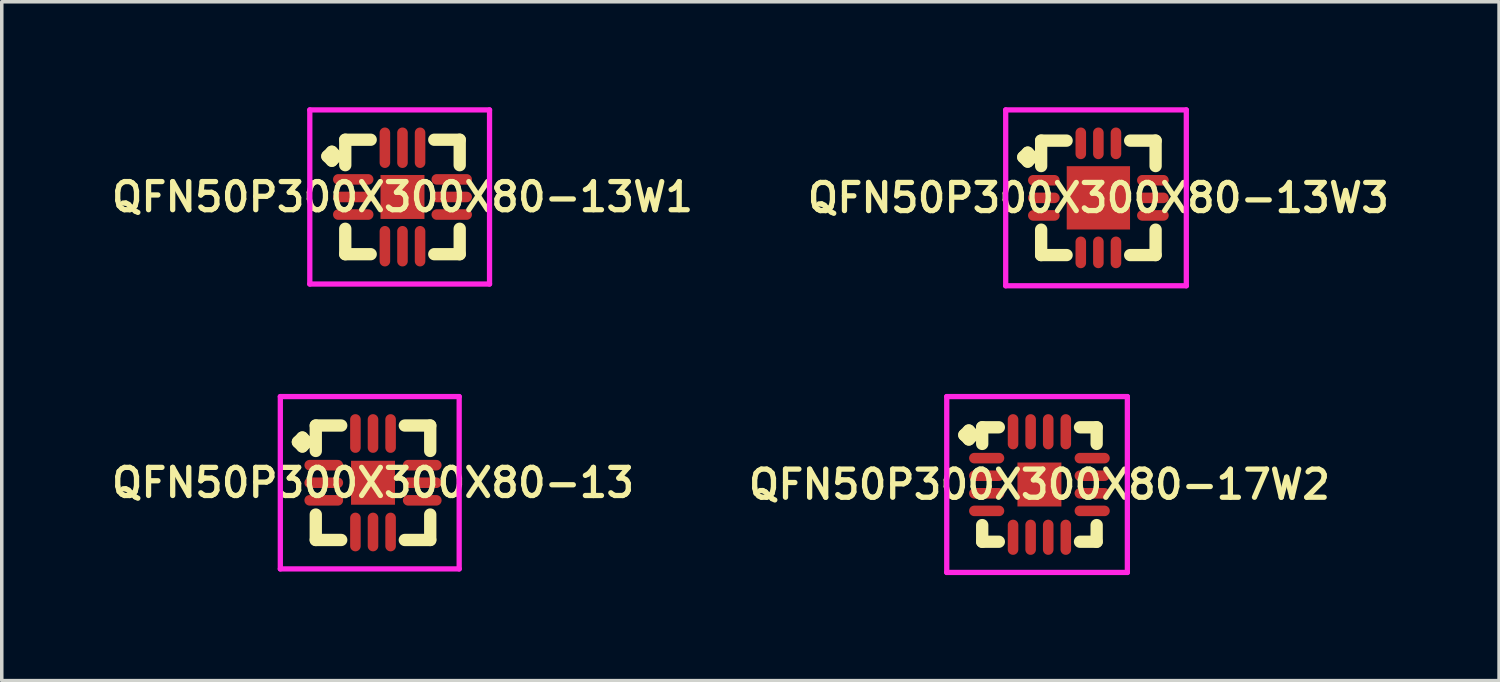
<source format=kicad_pcb>
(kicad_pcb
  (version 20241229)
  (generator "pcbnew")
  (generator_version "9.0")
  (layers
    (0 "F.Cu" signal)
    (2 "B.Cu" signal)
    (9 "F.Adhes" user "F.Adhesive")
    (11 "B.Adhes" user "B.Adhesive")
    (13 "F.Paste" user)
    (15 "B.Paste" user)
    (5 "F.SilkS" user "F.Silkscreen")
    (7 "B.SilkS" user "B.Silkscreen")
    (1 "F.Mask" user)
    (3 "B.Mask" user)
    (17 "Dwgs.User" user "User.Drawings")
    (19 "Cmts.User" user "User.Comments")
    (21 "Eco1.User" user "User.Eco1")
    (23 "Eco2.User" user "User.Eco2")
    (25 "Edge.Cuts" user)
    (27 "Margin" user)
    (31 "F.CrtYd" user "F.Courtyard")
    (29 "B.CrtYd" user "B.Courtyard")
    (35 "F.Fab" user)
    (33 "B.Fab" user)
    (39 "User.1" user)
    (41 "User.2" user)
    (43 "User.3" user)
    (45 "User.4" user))
  (footprint "QFN50P300X300X80-13"
    (layer "F.Cu")
    (at 7.555 10.675)
    (property "Reference" "QFN50P300X300X80-13" (at 0 0 0) (layer "F.SilkS") (effects (font (size 0.8 0.8) (thickness 0.15))))
    (attr smd)
    (fp_line (start -2.135 -1.158) (end -2.008 -1.285) (stroke (width 0.35) (type solid)) (layer "F.SilkS"))
    (fp_line (start -2.008 -1.285) (end -1.881 -1.158) (stroke (width 0.35) (type solid)) (layer "F.SilkS"))
    (fp_line (start -2.008 -1.031) (end -2.135 -1.158) (stroke (width 0.35) (type solid)) (layer "F.SilkS"))
    (fp_line (start -1.881 -1.158) (end -2.008 -1.031) (stroke (width 0.35) (type solid)) (layer "F.SilkS"))
    (fp_line (start -1.627 -1.627) (end -0.904 -1.627) (stroke (width 0.35) (type solid)) (layer "F.SilkS"))
    (fp_line (start -1.627 -0.904) (end -1.627 -1.627) (stroke (width 0.35) (type solid)) (layer "F.SilkS"))
    (fp_line (start -1.627 0.904) (end -1.627 1.627) (stroke (width 0.35) (type solid)) (layer "F.SilkS"))
    (fp_line (start -1.627 1.627) (end -0.904 1.627) (stroke (width 0.35) (type solid)) (layer "F.SilkS"))
    (fp_line (start 0.904 -1.627) (end 1.627 -1.627) (stroke (width 0.35) (type solid)) (layer "F.SilkS"))
    (fp_line (start 0.904 1.627) (end 1.627 1.627) (stroke (width 0.35) (type solid)) (layer "F.SilkS"))
    (fp_line (start 1.627 -1.627) (end 1.627 -0.904) (stroke (width 0.35) (type solid)) (layer "F.SilkS"))
    (fp_line (start 1.627 1.627) (end 1.627 0.904) (stroke (width 0.35) (type solid)) (layer "F.SilkS"))
    (fp_line (start -2.635 -2.45) (end 2.45 -2.45) (stroke (width 0.15) (type solid)) (layer "F.CrtYd"))
    (fp_line (start -2.635 2.45) (end -2.635 -2.45) (stroke (width 0.15) (type solid)) (layer "F.CrtYd"))
    (fp_line (start 2.45 -2.45) (end 2.45 2.45) (stroke (width 0.15) (type solid)) (layer "F.CrtYd"))
    (fp_line (start 2.45 2.45) (end -2.635 2.45) (stroke (width 0.15) (type solid)) (layer "F.CrtYd"))
    (pad "1" smd oval (at -1.4 -0.5) (size 1.1 0.3) (layers "F.Cu" "F.Mask" "F.Paste"))
    (pad "2" smd oval (at -1.4 0) (size 1.1 0.3) (layers "F.Cu" "F.Mask" "F.Paste"))
    (pad "3" smd oval (at -1.4 0.5) (size 1.1 0.3) (layers "F.Cu" "F.Mask" "F.Paste"))
    (pad "4" smd oval (at -0.5 1.4) (size 0.3 1.1) (layers "F.Cu" "F.Mask" "F.Paste"))
    (pad "5" smd oval (at 0 1.4) (size 0.3 1.1) (layers "F.Cu" "F.Mask" "F.Paste"))
    (pad "6" smd oval (at 0.5 1.4) (size 0.3 1.1) (layers "F.Cu" "F.Mask" "F.Paste"))
    (pad "7" smd oval (at 1.4 0.5) (size 1.1 0.3) (layers "F.Cu" "F.Mask" "F.Paste"))
    (pad "8" smd oval (at 1.4 0) (size 1.1 0.3) (layers "F.Cu" "F.Mask" "F.Paste"))
    (pad "9" smd oval (at 1.4 -0.5) (size 1.1 0.3) (layers "F.Cu" "F.Mask" "F.Paste"))
    (pad "10" smd oval (at 0.5 -1.4) (size 0.3 1.1) (layers "F.Cu" "F.Mask" "F.Paste"))
    (pad "11" smd oval (at 0 -1.4) (size 0.3 1.1) (layers "F.Cu" "F.Mask" "F.Paste"))
    (pad "12" smd oval (at -0.5 -1.4) (size 0.3 1.1) (layers "F.Cu" "F.Mask" "F.Paste"))
    (pad "13" smd rect (at 0 0) (size 1.25 1.25) (layers "F.Cu" "F.Mask" "F.Paste")))
  (footprint "QFN50P300X300X80-13W1"
    (layer "F.Cu")
    (at 8.393 2.55)
    (property "Reference" "QFN50P300X300X80-13W1" (at 0 0 0) (layer "F.SilkS") (effects (font (size 0.8 0.8) (thickness 0.15))))
    (attr smd)
    (fp_line (start -2.135 -1.158) (end -2.008 -1.285) (stroke (width 0.35) (type solid)) (layer "F.SilkS"))
    (fp_line (start -2.008 -1.285) (end -1.881 -1.158) (stroke (width 0.35) (type solid)) (layer "F.SilkS"))
    (fp_line (start -2.008 -1.031) (end -2.135 -1.158) (stroke (width 0.35) (type solid)) (layer "F.SilkS"))
    (fp_line (start -1.881 -1.158) (end -2.008 -1.031) (stroke (width 0.35) (type solid)) (layer "F.SilkS"))
    (fp_line (start -1.627 -1.627) (end -0.904 -1.627) (stroke (width 0.35) (type solid)) (layer "F.SilkS"))
    (fp_line (start -1.627 -0.904) (end -1.627 -1.627) (stroke (width 0.35) (type solid)) (layer "F.SilkS"))
    (fp_line (start -1.627 0.904) (end -1.627 1.627) (stroke (width 0.35) (type solid)) (layer "F.SilkS"))
    (fp_line (start -1.627 1.627) (end -0.904 1.627) (stroke (width 0.35) (type solid)) (layer "F.SilkS"))
    (fp_line (start 0.904 -1.627) (end 1.627 -1.627) (stroke (width 0.35) (type solid)) (layer "F.SilkS"))
    (fp_line (start 0.904 1.627) (end 1.627 1.627) (stroke (width 0.35) (type solid)) (layer "F.SilkS"))
    (fp_line (start 1.627 -1.627) (end 1.627 -0.904) (stroke (width 0.35) (type solid)) (layer "F.SilkS"))
    (fp_line (start 1.627 1.627) (end 1.627 0.904) (stroke (width 0.35) (type solid)) (layer "F.SilkS"))
    (fp_line (start -2.635 -2.475) (end 2.475 -2.475) (stroke (width 0.15) (type solid)) (layer "F.CrtYd"))
    (fp_line (start -2.635 2.475) (end -2.635 -2.475) (stroke (width 0.15) (type solid)) (layer "F.CrtYd"))
    (fp_line (start 2.475 -2.475) (end 2.475 2.475) (stroke (width 0.15) (type solid)) (layer "F.CrtYd"))
    (fp_line (start 2.475 2.475) (end -2.635 2.475) (stroke (width 0.15) (type solid)) (layer "F.CrtYd"))
    (pad "1" smd oval (at -1.4 -0.5) (size 1.15 0.3) (layers "F.Cu" "F.Mask" "F.Paste"))
    (pad "2" smd oval (at -1.4 0) (size 1.15 0.3) (layers "F.Cu" "F.Mask" "F.Paste"))
    (pad "3" smd oval (at -1.4 0.5) (size 1.15 0.3) (layers "F.Cu" "F.Mask" "F.Paste"))
    (pad "4" smd oval (at -0.5 1.4) (size 0.3 1.15) (layers "F.Cu" "F.Mask" "F.Paste"))
    (pad "5" smd oval (at 0 1.4) (size 0.3 1.15) (layers "F.Cu" "F.Mask" "F.Paste"))
    (pad "6" smd oval (at 0.5 1.4) (size 0.3 1.15) (layers "F.Cu" "F.Mask" "F.Paste"))
    (pad "7" smd oval (at 1.4 0.5) (size 1.15 0.3) (layers "F.Cu" "F.Mask" "F.Paste"))
    (pad "8" smd oval (at 1.4 0) (size 1.15 0.3) (layers "F.Cu" "F.Mask" "F.Paste"))
    (pad "9" smd oval (at 1.4 -0.5) (size 1.15 0.3) (layers "F.Cu" "F.Mask" "F.Paste"))
    (pad "10" smd oval (at 0.5 -1.4) (size 0.3 1.15) (layers "F.Cu" "F.Mask" "F.Paste"))
    (pad "11" smd oval (at 0 -1.4) (size 0.3 1.15) (layers "F.Cu" "F.Mask" "F.Paste"))
    (pad "12" smd oval (at -0.5 -1.4) (size 0.3 1.15) (layers "F.Cu" "F.Mask" "F.Paste"))
    (pad "13" smd rect (at 0 0) (size 1.25 1.25) (layers "F.Cu" "F.Mask" "F.Paste")))
  (footprint "QFN50P300X300X80-17W2"
    (layer "F.Cu")
    (at 26.502 10.725)
    (property "Reference" "QFN50P300X300X80-17W2" (at 0 0 0) (layer "F.SilkS") (effects (font (size 0.8 0.8) (thickness 0.15))))
    (attr smd)
    (fp_line (start -2.135 -1.408) (end -2.008 -1.535) (stroke (width 0.35) (type solid)) (layer "F.SilkS"))
    (fp_line (start -2.008 -1.535) (end -1.881 -1.408) (stroke (width 0.35) (type solid)) (layer "F.SilkS"))
    (fp_line (start -2.008 -1.281) (end -2.135 -1.408) (stroke (width 0.35) (type solid)) (layer "F.SilkS"))
    (fp_line (start -1.881 -1.408) (end -2.008 -1.281) (stroke (width 0.35) (type solid)) (layer "F.SilkS"))
    (fp_line (start -1.627 -1.627) (end -1.154 -1.627) (stroke (width 0.35) (type solid)) (layer "F.SilkS"))
    (fp_line (start -1.627 -1.154) (end -1.627 -1.627) (stroke (width 0.35) (type solid)) (layer "F.SilkS"))
    (fp_line (start -1.627 1.154) (end -1.627 1.627) (stroke (width 0.35) (type solid)) (layer "F.SilkS"))
    (fp_line (start -1.627 1.627) (end -1.154 1.627) (stroke (width 0.35) (type solid)) (layer "F.SilkS"))
    (fp_line (start 1.154 -1.627) (end 1.627 -1.627) (stroke (width 0.35) (type solid)) (layer "F.SilkS"))
    (fp_line (start 1.154 1.627) (end 1.627 1.627) (stroke (width 0.35) (type solid)) (layer "F.SilkS"))
    (fp_line (start 1.627 -1.627) (end 1.627 -1.154) (stroke (width 0.35) (type solid)) (layer "F.SilkS"))
    (fp_line (start 1.627 1.627) (end 1.627 1.154) (stroke (width 0.35) (type solid)) (layer "F.SilkS"))
    (fp_line (start -2.635 -2.5) (end 2.5 -2.5) (stroke (width 0.15) (type solid)) (layer "F.CrtYd"))
    (fp_line (start -2.635 2.5) (end -2.635 -2.5) (stroke (width 0.15) (type solid)) (layer "F.CrtYd"))
    (fp_line (start 2.5 -2.5) (end 2.5 2.5) (stroke (width 0.15) (type solid)) (layer "F.CrtYd"))
    (fp_line (start 2.5 2.5) (end -2.635 2.5) (stroke (width 0.15) (type solid)) (layer "F.CrtYd"))
    (pad "1" smd oval (at -1.5 -0.75) (size 1 0.3) (layers "F.Cu" "F.Mask" "F.Paste"))
    (pad "2" smd oval (at -1.5 -0.25) (size 1 0.3) (layers "F.Cu" "F.Mask" "F.Paste"))
    (pad "3" smd oval (at -1.5 0.25) (size 1 0.3) (layers "F.Cu" "F.Mask" "F.Paste"))
    (pad "4" smd oval (at -1.5 0.75) (size 1 0.3) (layers "F.Cu" "F.Mask" "F.Paste"))
    (pad "5" smd oval (at -0.75 1.5) (size 0.3 1) (layers "F.Cu" "F.Mask" "F.Paste"))
    (pad "6" smd oval (at -0.25 1.5) (size 0.3 1) (layers "F.Cu" "F.Mask" "F.Paste"))
    (pad "7" smd oval (at 0.25 1.5) (size 0.3 1) (layers "F.Cu" "F.Mask" "F.Paste"))
    (pad "8" smd oval (at 0.75 1.5) (size 0.3 1) (layers "F.Cu" "F.Mask" "F.Paste"))
    (pad "9" smd oval (at 1.5 0.75) (size 1 0.3) (layers "F.Cu" "F.Mask" "F.Paste"))
    (pad "10" smd oval (at 1.5 0.25) (size 1 0.3) (layers "F.Cu" "F.Mask" "F.Paste"))
    (pad "11" smd oval (at 1.5 -0.25) (size 1 0.3) (layers "F.Cu" "F.Mask" "F.Paste"))
    (pad "12" smd oval (at 1.5 -0.75) (size 1 0.3) (layers "F.Cu" "F.Mask" "F.Paste"))
    (pad "13" smd oval (at 0.75 -1.5) (size 0.3 1) (layers "F.Cu" "F.Mask" "F.Paste"))
    (pad "14" smd oval (at 0.25 -1.5) (size 0.3 1) (layers "F.Cu" "F.Mask" "F.Paste"))
    (pad "15" smd oval (at -0.25 -1.5) (size 0.3 1) (layers "F.Cu" "F.Mask" "F.Paste"))
    (pad "16" smd oval (at -0.75 -1.5) (size 0.3 1) (layers "F.Cu" "F.Mask" "F.Paste"))
    (pad "17" smd rect (at 0 0) (size 1.25 1.25) (layers "F.Cu" "F.Mask" "F.Paste")))
  (footprint "QFN50P300X300X80-13W3"
    (layer "F.Cu")
    (at 28.178 2.575)
    (property "Reference" "QFN50P300X300X80-13W3" (at 0 0 0) (layer "F.SilkS") (effects (font (size 0.8 0.8) (thickness 0.15))))
    (attr smd)
    (fp_line (start -2.135 -1.158) (end -2.008 -1.285) (stroke (width 0.35) (type solid)) (layer "F.SilkS"))
    (fp_line (start -2.008 -1.285) (end -1.881 -1.158) (stroke (width 0.35) (type solid)) (layer "F.SilkS"))
    (fp_line (start -2.008 -1.031) (end -2.135 -1.158) (stroke (width 0.35) (type solid)) (layer "F.SilkS"))
    (fp_line (start -1.881 -1.158) (end -2.008 -1.031) (stroke (width 0.35) (type solid)) (layer "F.SilkS"))
    (fp_line (start -1.627 -1.627) (end -0.904 -1.627) (stroke (width 0.35) (type solid)) (layer "F.SilkS"))
    (fp_line (start -1.627 -0.904) (end -1.627 -1.627) (stroke (width 0.35) (type solid)) (layer "F.SilkS"))
    (fp_line (start -1.627 0.904) (end -1.627 1.627) (stroke (width 0.35) (type solid)) (layer "F.SilkS"))
    (fp_line (start -1.627 1.627) (end -0.904 1.627) (stroke (width 0.35) (type solid)) (layer "F.SilkS"))
    (fp_line (start 0.904 -1.627) (end 1.627 -1.627) (stroke (width 0.35) (type solid)) (layer "F.SilkS"))
    (fp_line (start 0.904 1.627) (end 1.627 1.627) (stroke (width 0.35) (type solid)) (layer "F.SilkS"))
    (fp_line (start 1.627 -1.627) (end 1.627 -0.904) (stroke (width 0.35) (type solid)) (layer "F.SilkS"))
    (fp_line (start 1.627 1.627) (end 1.627 0.904) (stroke (width 0.35) (type solid)) (layer "F.SilkS"))
    (fp_line (start -2.635 -2.5) (end 2.5 -2.5) (stroke (width 0.15) (type solid)) (layer "F.CrtYd"))
    (fp_line (start -2.635 2.5) (end -2.635 -2.5) (stroke (width 0.15) (type solid)) (layer "F.CrtYd"))
    (fp_line (start 2.5 -2.5) (end 2.5 2.5) (stroke (width 0.15) (type solid)) (layer "F.CrtYd"))
    (fp_line (start 2.5 2.5) (end -2.635 2.5) (stroke (width 0.15) (type solid)) (layer "F.CrtYd"))
    (pad "1" smd oval (at -1.55 -0.5) (size 0.9 0.3) (layers "F.Cu" "F.Mask" "F.Paste"))
    (pad "2" smd oval (at -1.55 0) (size 0.9 0.3) (layers "F.Cu" "F.Mask" "F.Paste"))
    (pad "3" smd oval (at -1.55 0.5) (size 0.9 0.3) (layers "F.Cu" "F.Mask" "F.Paste"))
    (pad "4" smd oval (at -0.5 1.55) (size 0.3 0.9) (layers "F.Cu" "F.Mask" "F.Paste"))
    (pad "5" smd oval (at 0 1.55) (size 0.3 0.9) (layers "F.Cu" "F.Mask" "F.Paste"))
    (pad "6" smd oval (at 0.5 1.55) (size 0.3 0.9) (layers "F.Cu" "F.Mask" "F.Paste"))
    (pad "7" smd oval (at 1.55 0.5) (size 0.9 0.3) (layers "F.Cu" "F.Mask" "F.Paste"))
    (pad "8" smd oval (at 1.55 0) (size 0.9 0.3) (layers "F.Cu" "F.Mask" "F.Paste"))
    (pad "9" smd oval (at 1.55 -0.5) (size 0.9 0.3) (layers "F.Cu" "F.Mask" "F.Paste"))
    (pad "10" smd oval (at 0.5 -1.55) (size 0.3 0.9) (layers "F.Cu" "F.Mask" "F.Paste"))
    (pad "11" smd oval (at 0 -1.55) (size 0.3 0.9) (layers "F.Cu" "F.Mask" "F.Paste"))
    (pad "12" smd oval (at -0.5 -1.55) (size 0.3 0.9) (layers "F.Cu" "F.Mask" "F.Paste"))
    (pad "13" smd rect (at 0 0) (size 1.8 1.8) (layers "F.Cu" "F.Mask" "F.Paste")))
  (gr_rect
    (start -3 -3)
    (end 39.57 16.3)
    (stroke (width 0.1) (type default))
    (fill no)
    (layer "Edge.Cuts")))
</source>
